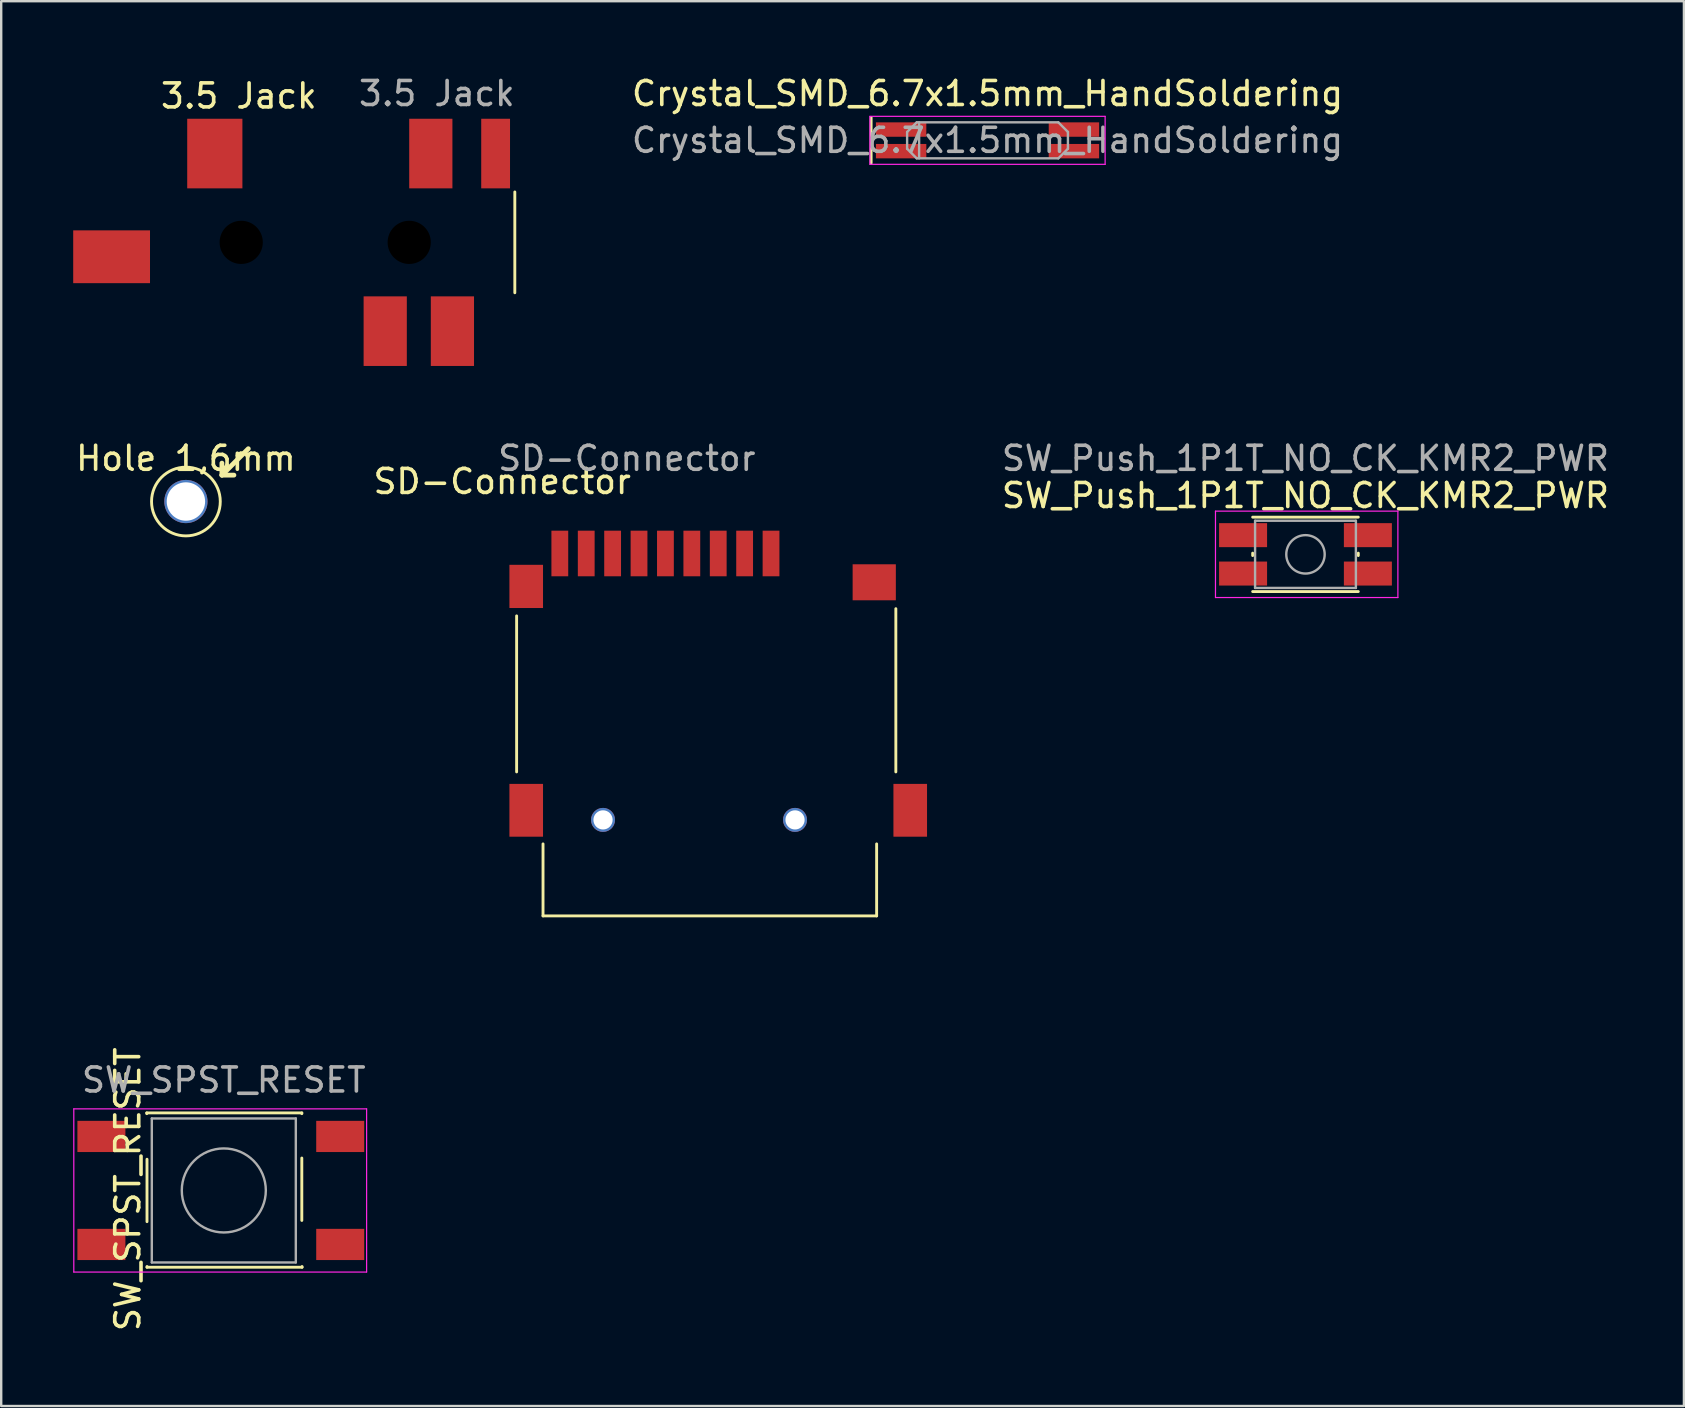
<source format=kicad_pcb>
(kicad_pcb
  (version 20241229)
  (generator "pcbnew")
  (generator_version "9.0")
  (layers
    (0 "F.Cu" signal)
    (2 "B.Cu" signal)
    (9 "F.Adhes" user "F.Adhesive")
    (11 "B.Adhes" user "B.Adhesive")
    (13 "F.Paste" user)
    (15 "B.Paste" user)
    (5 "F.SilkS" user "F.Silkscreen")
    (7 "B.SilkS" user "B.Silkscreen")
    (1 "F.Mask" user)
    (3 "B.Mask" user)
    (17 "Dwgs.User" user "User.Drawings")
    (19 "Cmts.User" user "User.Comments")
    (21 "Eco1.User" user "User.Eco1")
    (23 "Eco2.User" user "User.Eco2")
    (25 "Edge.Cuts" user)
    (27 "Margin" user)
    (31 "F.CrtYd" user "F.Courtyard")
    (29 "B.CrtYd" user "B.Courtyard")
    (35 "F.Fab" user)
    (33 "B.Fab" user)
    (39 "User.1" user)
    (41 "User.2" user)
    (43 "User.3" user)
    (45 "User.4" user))
  (footprint "SW_Push_1P1T_NO_CK_KMR2_PWR"
    (layer "F.Cu")
    (at 51.343 20.047)
    (property "Reference" "SW_Push_1P1T_NO_CK_KMR2_PWR" (at 0 -2.45 180) (layer "F.SilkS") (effects (font (size 1 1) (thickness 0.15))))
    (attr smd)
    (fp_line (start -2.2 0.05) (end -2.2 -0.05) (stroke (width 0.12) (type solid)) (layer "F.SilkS"))
    (fp_line (start -2.2 1.55) (end 2.2 1.55) (stroke (width 0.12) (type solid)) (layer "F.SilkS"))
    (fp_line (start 2.2 -1.55) (end -2.2 -1.55) (stroke (width 0.12) (type solid)) (layer "F.SilkS"))
    (fp_line (start 2.2 0.05) (end 2.2 -0.05) (stroke (width 0.12) (type solid)) (layer "F.SilkS"))
    (fp_line (start -3.75 -1.8) (end 3.85 -1.8) (stroke (width 0.05) (type solid)) (layer "F.CrtYd"))
    (fp_line (start -3.75 1.8) (end -3.75 -1.8) (stroke (width 0.05) (type solid)) (layer "F.CrtYd"))
    (fp_line (start 3.85 -1.8) (end 3.85 1.8) (stroke (width 0.05) (type solid)) (layer "F.CrtYd"))
    (fp_line (start 3.85 1.8) (end -3.75 1.8) (stroke (width 0.05) (type solid)) (layer "F.CrtYd"))
    (fp_line (start -2.1 -1.4) (end 2.1 -1.4) (stroke (width 0.1) (type solid)) (layer "F.Fab"))
    (fp_line (start -2.1 1.4) (end -2.1 -1.4) (stroke (width 0.1) (type solid)) (layer "F.Fab"))
    (fp_line (start 2.1 -1.4) (end 2.1 1.4) (stroke (width 0.1) (type solid)) (layer "F.Fab"))
    (fp_line (start 2.1 1.4) (end -2.1 1.4) (stroke (width 0.1) (type solid)) (layer "F.Fab"))
    (fp_circle (center 0 0) (end 0 0.8) (stroke (width 0.1) (type solid)) (fill no) (layer "F.Fab"))
    (fp_text user "${REFERENCE}" (at 0 -4 180) (layer "F.Fab") (effects (font (size 1 1) (thickness 0.15))))
    (pad "1" smd rect (at -2.6 -0.8) (size 2 1) (layers "F.Cu" "F.Mask" "F.Paste"))
    (pad "1" smd rect (at 2.6 -0.8) (size 2 1) (layers "F.Cu" "F.Mask" "F.Paste"))
    (pad "2" smd rect (at -2.6 0.8) (size 2 1) (layers "F.Cu" "F.Mask" "F.Paste"))
    (pad "2" smd rect (at 2.6 0.8) (size 2 1) (layers "F.Cu" "F.Mask" "F.Paste")))
  (footprint "Crystal_SMD_6.7x1.5mm_HandSoldering"
    (layer "F.Cu")
    (at 38.095 2.798)
    (property "Reference" "Crystal_SMD_6.7x1.5mm_HandSoldering" (at 0 -1.95 180) (layer "F.SilkS") (effects (font (size 1 1) (thickness 0.15))))
    (attr smd)
    (fp_line (start -4.85 -0.95) (end -4.85 0.95) (stroke (width 0.12) (type solid)) (layer "F.SilkS"))
    (fp_line (start -4.9 -1) (end -4.9 1) (stroke (width 0.05) (type solid)) (layer "F.CrtYd"))
    (fp_line (start -4.9 1) (end 4.9 1) (stroke (width 0.05) (type solid)) (layer "F.CrtYd"))
    (fp_line (start 4.9 -1) (end -4.9 -1) (stroke (width 0.05) (type solid)) (layer "F.CrtYd"))
    (fp_line (start 4.9 1) (end 4.9 -1) (stroke (width 0.05) (type solid)) (layer "F.CrtYd"))
    (fp_line (start -3.35 -0.35) (end -2.95 -0.75) (stroke (width 0.1) (type solid)) (layer "F.Fab"))
    (fp_line (start -3.35 0.35) (end -3.35 -0.35) (stroke (width 0.1) (type solid)) (layer "F.Fab"))
    (fp_line (start -2.95 -0.75) (end 2.95 -0.75) (stroke (width 0.1) (type solid)) (layer "F.Fab"))
    (fp_line (start -2.95 0.75) (end -3.35 0.35) (stroke (width 0.1) (type solid)) (layer "F.Fab"))
    (fp_line (start -2.85 -0.75) (end -2.85 0.75) (stroke (width 0.1) (type solid)) (layer "F.Fab"))
    (fp_line (start 2.95 -0.75) (end 3.35 -0.35) (stroke (width 0.1) (type solid)) (layer "F.Fab"))
    (fp_line (start 2.95 0.75) (end -2.95 0.75) (stroke (width 0.1) (type solid)) (layer "F.Fab"))
    (fp_line (start 3.35 -0.35) (end 3.35 0.35) (stroke (width 0.1) (type solid)) (layer "F.Fab"))
    (fp_line (start 3.35 0.35) (end 2.95 0.75) (stroke (width 0.1) (type solid)) (layer "F.Fab"))
    (fp_text user "${REFERENCE}" (at 0 0 180) (layer "F.Fab") (effects (font (size 1 1) (thickness 0.15))))
    (pad "1" smd rect (at -3.6 0.45) (size 2.1 0.6) (layers "F.Cu" "F.Mask" "F.Paste"))
    (pad "2" smd rect (at -3.6 -0.45) (size 2.1 0.6) (layers "F.Cu" "F.Mask" "F.Paste"))
    (pad "NC" smd rect (at 3.6 -0.45) (size 2.1 0.6) (layers "F.Cu" "F.Mask" "F.Paste"))
    (pad "NC" smd rect (at 3.6 0.45) (size 2.1 0.6) (layers "F.Cu" "F.Mask" "F.Paste")))
  (footprint "Hole 1,6mm"
    (layer "F.Cu")
    (at 4.696 17.846)
    (property "Reference" "Hole 1,6mm" (at 0 -1.8 0) (unlocked yes) (layer "F.SilkS") (effects (font (size 1 1) (thickness 0.15))))
    (attr through_hole)
    (fp_line (start 1.5 -1.1) (end 1.5 -1.6) (stroke (width 0.2) (type default)) (layer "F.SilkS"))
    (fp_line (start 1.5 -1.1) (end 2 -1.1) (stroke (width 0.2) (type default)) (layer "F.SilkS"))
    (fp_line (start 1.5 -1.1) (end 2.6 -2.2) (stroke (width 0.2) (type default)) (layer "F.SilkS"))
    (fp_circle (center 0 0) (end 1.4 -0.3) (stroke (width 0.12) (type default)) (fill no) (layer "F.SilkS"))
    (pad "1" thru_hole circle (at 0 0) (size 1.8 1.8) (drill 1.6) (layers "*.Cu" "*.Mask")))
  (footprint "SW_SPST_RESET"
    (layer "F.Cu")
    (at 6.275 46.5)
    (property "Reference" "SW_SPST_RESET" (at -4 0 90) (layer "F.SilkS") (effects (font (size 1 1) (thickness 0.15))))
    (attr smd)
    (fp_line (start -3.21 -3.18) (end 3.25 -3.18) (stroke (width 0.12) (type solid)) (layer "F.SilkS"))
    (fp_line (start -3.21 -3.15) (end -3.21 -3.18) (stroke (width 0.12) (type solid)) (layer "F.SilkS"))
    (fp_line (start -3.2 -1.25) (end -3.2 1.35) (stroke (width 0.12) (type solid)) (layer "F.SilkS"))
    (fp_line (start -3.2 3.25) (end -3.2 3.22) (stroke (width 0.12) (type solid)) (layer "F.SilkS"))
    (fp_line (start -3.2 3.25) (end 3.26 3.25) (stroke (width 0.12) (type solid)) (layer "F.SilkS"))
    (fp_line (start 3.25 -3.18) (end 3.25 -3.15) (stroke (width 0.12) (type solid)) (layer "F.SilkS"))
    (fp_line (start 3.25 -1.3) (end 3.25 1.3) (stroke (width 0.12) (type solid)) (layer "F.SilkS"))
    (fp_line (start 3.26 3.25) (end 3.26 3.22) (stroke (width 0.12) (type solid)) (layer "F.SilkS"))
    (fp_line (start -6.25 -3.35) (end -6.25 3.45) (stroke (width 0.05) (type solid)) (layer "F.CrtYd"))
    (fp_line (start -6.25 -3.35) (end 5.95 -3.35) (stroke (width 0.05) (type solid)) (layer "F.CrtYd"))
    (fp_line (start -6.25 3.45) (end 5.95 3.45) (stroke (width 0.05) (type solid)) (layer "F.CrtYd"))
    (fp_line (start 5.95 3.45) (end 5.95 -3.35) (stroke (width 0.05) (type solid)) (layer "F.CrtYd"))
    (fp_line (start -3 -2.95) (end -3 3.05) (stroke (width 0.1) (type solid)) (layer "F.Fab"))
    (fp_line (start -3 3.05) (end 3 3.05) (stroke (width 0.1) (type solid)) (layer "F.Fab"))
    (fp_line (start 3 -2.95) (end -3 -2.95) (stroke (width 0.1) (type solid)) (layer "F.Fab"))
    (fp_line (start 3 3.05) (end 3 -2.95) (stroke (width 0.1) (type solid)) (layer "F.Fab"))
    (fp_circle (center 0 0.05) (end 1.75 0) (stroke (width 0.1) (type solid)) (fill no) (layer "F.Fab"))
    (fp_text user "${REFERENCE}" (at 0 -4.55 180) (layer "F.Fab") (effects (font (size 1 1) (thickness 0.15))))
    (pad "1" smd rect (at -5.1 -2.2) (size 2 1.3) (layers "F.Cu" "F.Mask" "F.Paste"))
    (pad "1" smd rect (at 4.85 -2.2) (size 2 1.3) (layers "F.Cu" "F.Mask" "F.Paste"))
    (pad "2" smd rect (at -5.1 2.3) (size 2 1.3) (layers "F.Cu" "F.Mask" "F.Paste"))
    (pad "2" smd rect (at 4.85 2.3) (size 2 1.3) (layers "F.Cu" "F.Mask" "F.Paste")))
  (footprint "3.5 Jack"
    (layer "F.Cu")
    (at 18.3 7.048)
    (property "Reference" "3.5 Jack" (at -11.4 -6.1 0) (unlocked yes) (layer "F.SilkS") (effects (font (size 1 1) (thickness 0.15))))
    (attr through_hole)
    (fp_line (start 0.1 -2.1) (end 0.1 2.1) (stroke (width 0.12) (type solid)) (layer "F.SilkS"))
    (fp_line (start 0.3 -1.7) (end 1.8 -1.7) (stroke (width 0.12) (type solid)) (layer "User.1"))
    (fp_line (start 0.3 1.5) (end 0.3 -1.7) (stroke (width 0.12) (type solid)) (layer "User.1"))
    (fp_line (start 1.8 -1.7) (end 1.8 1.5) (stroke (width 0.12) (type solid)) (layer "User.1"))
    (fp_line (start 1.8 1.5) (end 0.3 1.5) (stroke (width 0.12) (type solid)) (layer "User.1"))
    (fp_text user "${REFERENCE}" (at -3.15 -6.2 0) (unlocked yes) (layer "F.Fab") (effects (font (size 1 1) (thickness 0.15))))
    (pad "" np_thru_hole circle (at -11.3 0) (size 2 2) (drill 1.8) (layers "*.Mask"))
    (pad "" np_thru_hole circle (at -4.3 0) (size 2 2) (drill 1.8) (layers "*.Mask"))
    (pad "R" smd rect (at -5.3 3.7) (size 1.8 2.9) (layers "F.Cu" "F.Mask" "F.Paste"))
    (pad "RN" smd rect (at -2.5 3.7) (size 1.8 2.9) (layers "F.Cu" "F.Mask" "F.Paste"))
    (pad "S" smd rect (at -3.4 -3.7) (size 1.8 2.9) (layers "F.Cu" "F.Mask" "F.Paste"))
    (pad "SN" smd rect (at -0.7 -3.7) (size 1.2 2.9) (layers "F.Cu" "F.Mask" "F.Paste"))
    (pad "T" smd rect (at -12.4 -3.7) (size 2.3 2.9) (layers "F.Cu" "F.Mask" "F.Paste"))
    (pad "TN" smd rect (at -16.7 0.6 90) (size 2.2 3.2) (layers "F.Cu" "F.Mask" "F.Paste")))
  (footprint "SD-Connector"
    (layer "F.Cu")
    (at 30.075 35.111)
    (property "Reference" "SD-Connector" (at -12.2 -18.1 0) (unlocked yes) (layer "F.SilkS") (effects (font (size 1 1) (thickness 0.15))))
    (attr through_hole)
    (fp_line (start -11.6 -6) (end -11.6 -12.5) (stroke (width 0.12) (type solid)) (layer "F.SilkS"))
    (fp_line (start -10.5 -3) (end -10.5 0) (stroke (width 0.12) (type solid)) (layer "F.SilkS"))
    (fp_line (start 3.4 -3) (end 3.4 0) (stroke (width 0.12) (type solid)) (layer "F.SilkS"))
    (fp_line (start 3.4 0) (end -10.5 0) (stroke (width 0.12) (type solid)) (layer "F.SilkS"))
    (fp_line (start 4.2 -12.8) (end 4.2 -6) (stroke (width 0.12) (type solid)) (layer "F.SilkS"))
    (fp_line (start -10.2 0) (end -10.2 2.3) (stroke (width 0.12) (type solid)) (layer "User.1"))
    (fp_line (start -10.2 2.3) (end 1.1 2.3) (stroke (width 0.12) (type solid)) (layer "User.1"))
    (fp_line (start 1.1 2.3) (end 1.1 0) (stroke (width 0.12) (type solid)) (layer "User.1"))
    (fp_text user "${REFERENCE}" (at -7.008 -19.064 0) (unlocked yes) (layer "F.Fab") (effects (font (size 1 1) (thickness 0.15))))
    (pad "" np_thru_hole circle (at -8 -4) (size 1 1) (drill 0.8) (layers "*.Cu" "*.Mask"))
    (pad "" np_thru_hole circle (at 0 -4) (size 1 1) (drill 0.8) (layers "*.Cu" "*.Mask"))
    (pad "1" smd rect (at -1 -15.1) (size 0.7 1.9) (layers "F.Cu" "F.Mask" "F.Paste"))
    (pad "2" smd rect (at -2.1 -15.1) (size 0.7 1.9) (layers "F.Cu" "F.Mask" "F.Paste"))
    (pad "3" smd rect (at -3.2 -15.1) (size 0.7 1.9) (layers "F.Cu" "F.Mask" "F.Paste"))
    (pad "4" smd rect (at -4.3 -15.1) (size 0.7 1.9) (layers "F.Cu" "F.Mask" "F.Paste"))
    (pad "5" smd rect (at -5.4 -15.1) (size 0.7 1.9) (layers "F.Cu" "F.Mask" "F.Paste"))
    (pad "6" smd rect (at -6.5 -15.1) (size 0.7 1.9) (layers "F.Cu" "F.Mask" "F.Paste"))
    (pad "7" smd rect (at -7.6 -15.1) (size 0.7 1.9) (layers "F.Cu" "F.Mask" "F.Paste"))
    (pad "8" smd rect (at -8.7 -15.1) (size 0.7 1.9) (layers "F.Cu" "F.Mask" "F.Paste"))
    (pad "9" smd rect (at -9.8 -15.1) (size 0.7 1.9) (layers "F.Cu" "F.Mask" "F.Paste"))
    (pad "10" smd rect (at -11.2 -13.728) (size 1.4 1.8) (layers "F.Cu" "F.Mask" "F.Paste"))
    (pad "10" smd rect (at -11.2 -4.4) (size 1.4 2.2) (layers "F.Cu" "F.Mask" "F.Paste"))
    (pad "10" smd rect (at 3.3 -13.9) (size 1.8 1.5) (layers "F.Cu" "F.Mask" "F.Paste"))
    (pad "10" smd rect (at 4.8 -4.4) (size 1.4 2.2) (layers "F.Cu" "F.Mask" "F.Paste")))
  (gr_rect
    (start -3 -3)
    (end 67.111 55.53)
    (stroke (width 0.1) (type default))
    (fill no)
    (layer "Edge.Cuts")))
</source>
